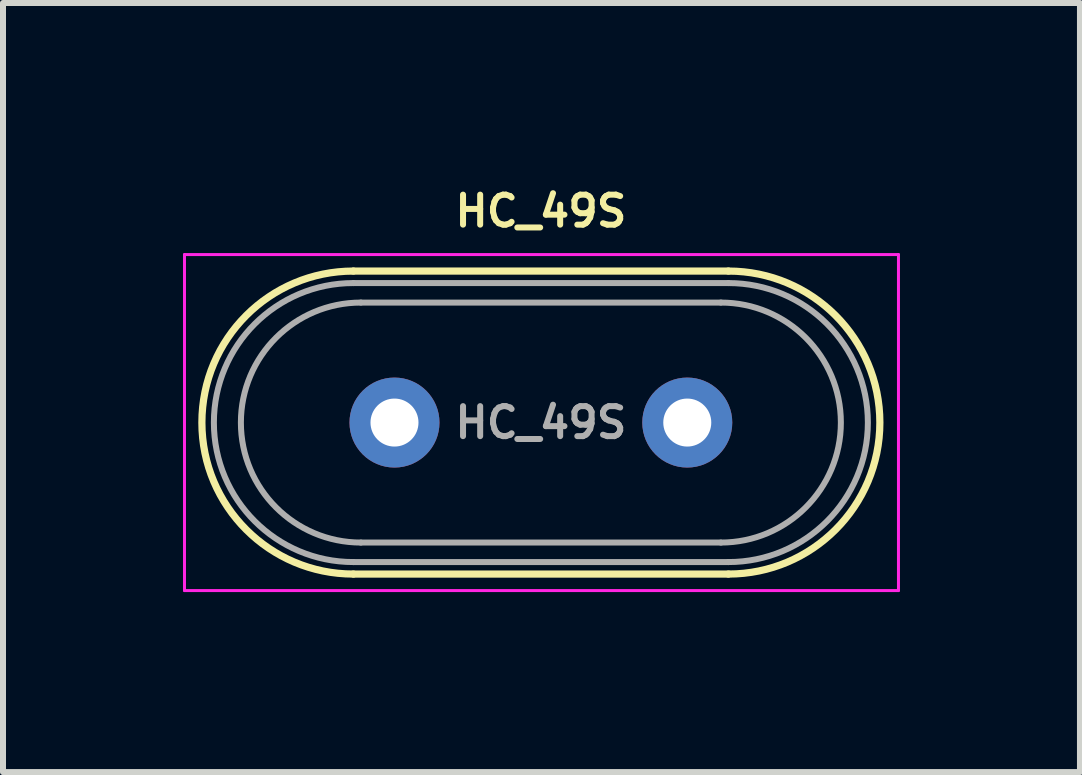
<source format=kicad_pcb>
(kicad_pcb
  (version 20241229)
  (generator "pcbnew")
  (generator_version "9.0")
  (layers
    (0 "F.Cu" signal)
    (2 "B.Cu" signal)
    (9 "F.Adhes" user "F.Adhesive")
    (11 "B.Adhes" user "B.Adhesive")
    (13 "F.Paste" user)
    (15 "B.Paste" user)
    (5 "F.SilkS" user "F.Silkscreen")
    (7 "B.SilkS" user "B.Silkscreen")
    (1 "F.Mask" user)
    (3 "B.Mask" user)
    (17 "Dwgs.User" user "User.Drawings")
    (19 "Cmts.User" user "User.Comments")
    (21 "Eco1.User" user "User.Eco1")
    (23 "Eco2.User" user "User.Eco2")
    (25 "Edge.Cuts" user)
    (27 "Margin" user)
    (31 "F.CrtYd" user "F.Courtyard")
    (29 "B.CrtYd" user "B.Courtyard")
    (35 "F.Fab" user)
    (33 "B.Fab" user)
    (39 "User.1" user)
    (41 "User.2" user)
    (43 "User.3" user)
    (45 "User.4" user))
  (footprint "HC_49S"
    (layer "F.Cu")
    (at 3.525 3.993)
    (property "Reference" "HC_49S" (at 2.44 -3.525 0) (layer "F.SilkS") (effects (font (size 0.5 0.5) (thickness 0.1))))
    (attr through_hole)
    (fp_line (start -0.685 -2.525) (end 5.565 -2.525) (stroke (width 0.12) (type solid)) (layer "F.SilkS"))
    (fp_line (start -0.685 2.525) (end 5.565 2.525) (stroke (width 0.12) (type solid)) (layer "F.SilkS"))
    (fp_arc (start -0.685 2.525) (mid -3.21 0) (end -0.685 -2.525) (stroke (width 0.12) (type solid)) (layer "F.SilkS"))
    (fp_arc (start 5.565 -2.525) (mid 8.09 0) (end 5.565 2.525) (stroke (width 0.12) (type solid)) (layer "F.SilkS"))
    (fp_line (start -3.5 -2.8) (end -3.5 2.8) (stroke (width 0.05) (type solid)) (layer "F.CrtYd"))
    (fp_line (start -3.5 2.8) (end 8.4 2.8) (stroke (width 0.05) (type solid)) (layer "F.CrtYd"))
    (fp_line (start 8.4 -2.8) (end -3.5 -2.8) (stroke (width 0.05) (type solid)) (layer "F.CrtYd"))
    (fp_line (start 8.4 2.8) (end 8.4 -2.8) (stroke (width 0.05) (type solid)) (layer "F.CrtYd"))
    (fp_line (start -0.685 -2.325) (end 5.565 -2.325) (stroke (width 0.1) (type solid)) (layer "F.Fab"))
    (fp_line (start -0.685 2.325) (end 5.565 2.325) (stroke (width 0.1) (type solid)) (layer "F.Fab"))
    (fp_line (start -0.56 -2) (end 5.44 -2) (stroke (width 0.1) (type solid)) (layer "F.Fab"))
    (fp_line (start -0.56 2) (end 5.44 2) (stroke (width 0.1) (type solid)) (layer "F.Fab"))
    (fp_arc (start -0.685 2.325) (mid -3.01 0) (end -0.685 -2.325) (stroke (width 0.1) (type solid)) (layer "F.Fab"))
    (fp_arc (start -0.56 2) (mid -2.56 0) (end -0.56 -2) (stroke (width 0.1) (type solid)) (layer "F.Fab"))
    (fp_arc (start 5.44 -2) (mid 7.44 0) (end 5.44 2) (stroke (width 0.1) (type solid)) (layer "F.Fab"))
    (fp_arc (start 5.565 -2.325) (mid 7.89 0) (end 5.565 2.325) (stroke (width 0.1) (type solid)) (layer "F.Fab"))
    (fp_text user "${REFERENCE}" (at 2.44 0 0) (layer "F.Fab") (effects (font (size 0.5 0.5) (thickness 0.1))))
    (pad "1" thru_hole circle (at 0 0) (size 1.5 1.5) (drill 0.8) (layers "*.Cu" "*.Mask"))
    (pad "2" thru_hole circle (at 4.88 0) (size 1.5 1.5) (drill 0.8) (layers "*.Cu" "*.Mask")))
  (gr_rect
    (start -3 -3)
    (end 14.95 9.818)
    (stroke (width 0.1) (type default))
    (fill no)
    (layer "Edge.Cuts")))
</source>
